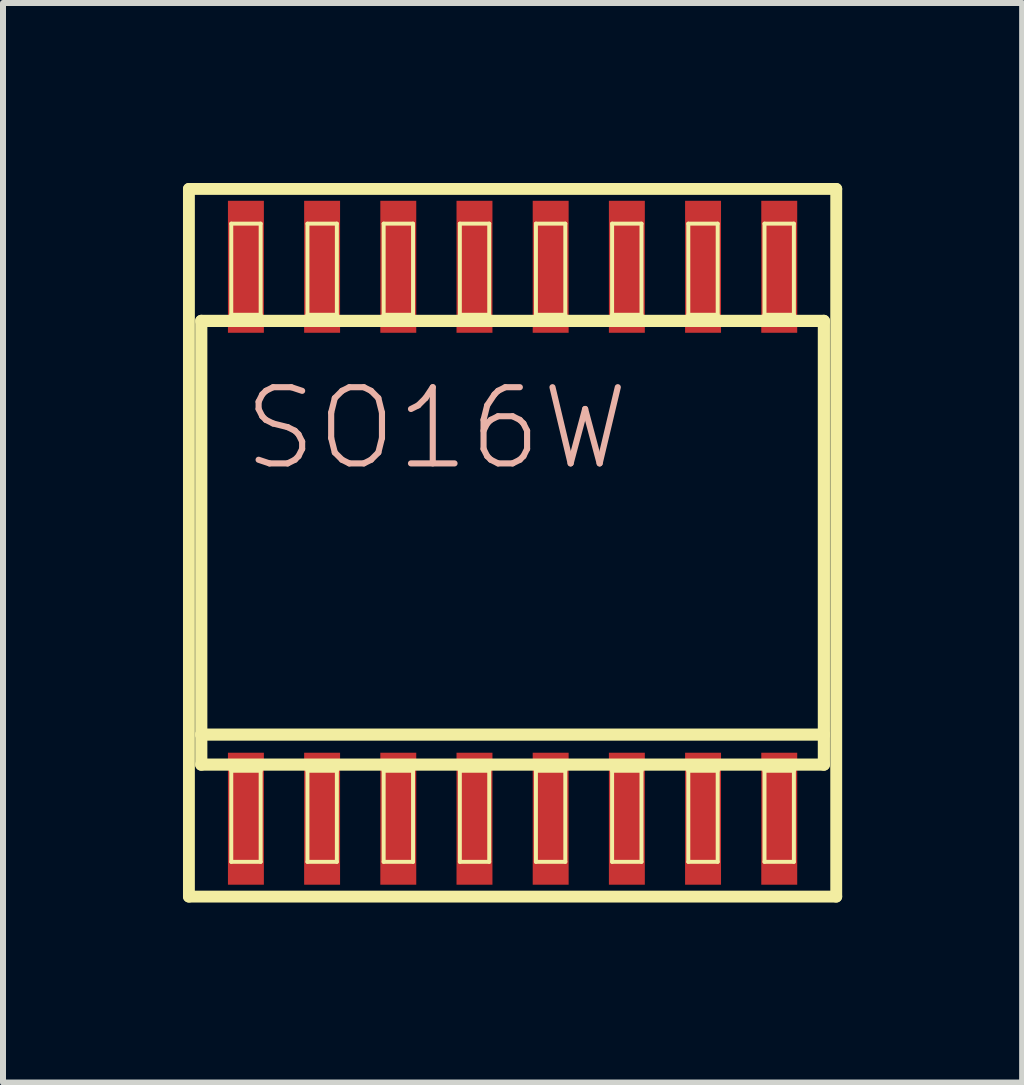
<source format=kicad_pcb>
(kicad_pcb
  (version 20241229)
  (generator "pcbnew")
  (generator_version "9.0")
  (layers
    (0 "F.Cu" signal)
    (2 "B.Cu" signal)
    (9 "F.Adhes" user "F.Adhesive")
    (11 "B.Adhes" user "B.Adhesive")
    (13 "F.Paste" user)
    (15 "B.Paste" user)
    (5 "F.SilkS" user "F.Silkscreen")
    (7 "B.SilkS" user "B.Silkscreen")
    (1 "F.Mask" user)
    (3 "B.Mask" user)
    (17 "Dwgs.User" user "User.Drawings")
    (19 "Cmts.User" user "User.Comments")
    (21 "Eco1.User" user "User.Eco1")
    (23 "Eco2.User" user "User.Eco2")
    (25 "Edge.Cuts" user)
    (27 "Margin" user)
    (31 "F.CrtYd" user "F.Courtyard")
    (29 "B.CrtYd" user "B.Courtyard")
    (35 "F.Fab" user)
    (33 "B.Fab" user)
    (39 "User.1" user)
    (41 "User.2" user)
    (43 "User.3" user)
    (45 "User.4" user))
  (footprint "SO16W"
    (layer "F.Cu")
    (at 5.494 5.997)
    (property "Reference" "SO16W" (at -1.27 -1.905 0) (layer "B.SilkS") (effects (font (size 1.27 1.27) (thickness 0.102))))
    (attr smd)
    (fp_line (start -5.395 -5.898) (end 5.395 -5.898) (stroke (width 0.198) (type solid)) (layer "F.SilkS"))
    (fp_line (start -5.395 5.898) (end -5.395 -5.898) (stroke (width 0.198) (type solid)) (layer "F.SilkS"))
    (fp_line (start -5.189 -3.698) (end 5.189 -3.698) (stroke (width 0.203) (type solid)) (layer "F.SilkS"))
    (fp_line (start -5.189 3.198) (end -5.189 -3.698) (stroke (width 0.203) (type solid)) (layer "F.SilkS"))
    (fp_line (start -5.189 3.698) (end -5.189 3.198) (stroke (width 0.203) (type solid)) (layer "F.SilkS"))
    (fp_line (start -4.689 -5.319) (end -4.199 -5.319) (stroke (width 0.066) (type solid)) (layer "F.SilkS"))
    (fp_line (start -4.689 -3.8) (end -4.689 -5.319) (stroke (width 0.066) (type solid)) (layer "F.SilkS"))
    (fp_line (start -4.689 -3.8) (end -4.199 -3.8) (stroke (width 0.066) (type solid)) (layer "F.SilkS"))
    (fp_line (start -4.689 3.8) (end -4.199 3.8) (stroke (width 0.066) (type solid)) (layer "F.SilkS"))
    (fp_line (start -4.689 5.319) (end -4.689 3.8) (stroke (width 0.066) (type solid)) (layer "F.SilkS"))
    (fp_line (start -4.689 5.319) (end -4.199 5.319) (stroke (width 0.066) (type solid)) (layer "F.SilkS"))
    (fp_line (start -4.199 -3.8) (end -4.199 -5.319) (stroke (width 0.066) (type solid)) (layer "F.SilkS"))
    (fp_line (start -4.199 5.319) (end -4.199 3.8) (stroke (width 0.066) (type solid)) (layer "F.SilkS"))
    (fp_line (start -3.419 -5.319) (end -2.929 -5.319) (stroke (width 0.066) (type solid)) (layer "F.SilkS"))
    (fp_line (start -3.419 -3.8) (end -3.419 -5.319) (stroke (width 0.066) (type solid)) (layer "F.SilkS"))
    (fp_line (start -3.419 -3.8) (end -2.929 -3.8) (stroke (width 0.066) (type solid)) (layer "F.SilkS"))
    (fp_line (start -3.419 3.8) (end -2.929 3.8) (stroke (width 0.066) (type solid)) (layer "F.SilkS"))
    (fp_line (start -3.419 5.319) (end -3.419 3.8) (stroke (width 0.066) (type solid)) (layer "F.SilkS"))
    (fp_line (start -3.419 5.319) (end -2.929 5.319) (stroke (width 0.066) (type solid)) (layer "F.SilkS"))
    (fp_line (start -2.929 -3.8) (end -2.929 -5.319) (stroke (width 0.066) (type solid)) (layer "F.SilkS"))
    (fp_line (start -2.929 5.319) (end -2.929 3.8) (stroke (width 0.066) (type solid)) (layer "F.SilkS"))
    (fp_line (start -2.149 -5.319) (end -1.659 -5.319) (stroke (width 0.066) (type solid)) (layer "F.SilkS"))
    (fp_line (start -2.149 -3.8) (end -2.149 -5.319) (stroke (width 0.066) (type solid)) (layer "F.SilkS"))
    (fp_line (start -2.149 -3.8) (end -1.659 -3.8) (stroke (width 0.066) (type solid)) (layer "F.SilkS"))
    (fp_line (start -2.149 3.8) (end -1.659 3.8) (stroke (width 0.066) (type solid)) (layer "F.SilkS"))
    (fp_line (start -2.149 5.319) (end -2.149 3.8) (stroke (width 0.066) (type solid)) (layer "F.SilkS"))
    (fp_line (start -2.149 5.319) (end -1.659 5.319) (stroke (width 0.066) (type solid)) (layer "F.SilkS"))
    (fp_line (start -1.659 -3.8) (end -1.659 -5.319) (stroke (width 0.066) (type solid)) (layer "F.SilkS"))
    (fp_line (start -1.659 5.319) (end -1.659 3.8) (stroke (width 0.066) (type solid)) (layer "F.SilkS"))
    (fp_line (start -0.879 -5.319) (end -0.389 -5.319) (stroke (width 0.066) (type solid)) (layer "F.SilkS"))
    (fp_line (start -0.879 -3.8) (end -0.879 -5.319) (stroke (width 0.066) (type solid)) (layer "F.SilkS"))
    (fp_line (start -0.879 -3.8) (end -0.389 -3.8) (stroke (width 0.066) (type solid)) (layer "F.SilkS"))
    (fp_line (start -0.879 3.8) (end -0.389 3.8) (stroke (width 0.066) (type solid)) (layer "F.SilkS"))
    (fp_line (start -0.879 5.319) (end -0.879 3.8) (stroke (width 0.066) (type solid)) (layer "F.SilkS"))
    (fp_line (start -0.879 5.319) (end -0.389 5.319) (stroke (width 0.066) (type solid)) (layer "F.SilkS"))
    (fp_line (start -0.389 -3.8) (end -0.389 -5.319) (stroke (width 0.066) (type solid)) (layer "F.SilkS"))
    (fp_line (start -0.389 5.319) (end -0.389 3.8) (stroke (width 0.066) (type solid)) (layer "F.SilkS"))
    (fp_line (start 0.389 -5.319) (end 0.879 -5.319) (stroke (width 0.066) (type solid)) (layer "F.SilkS"))
    (fp_line (start 0.389 -3.8) (end 0.389 -5.319) (stroke (width 0.066) (type solid)) (layer "F.SilkS"))
    (fp_line (start 0.389 -3.8) (end 0.879 -3.8) (stroke (width 0.066) (type solid)) (layer "F.SilkS"))
    (fp_line (start 0.389 3.8) (end 0.879 3.8) (stroke (width 0.066) (type solid)) (layer "F.SilkS"))
    (fp_line (start 0.389 5.319) (end 0.389 3.8) (stroke (width 0.066) (type solid)) (layer "F.SilkS"))
    (fp_line (start 0.389 5.319) (end 0.879 5.319) (stroke (width 0.066) (type solid)) (layer "F.SilkS"))
    (fp_line (start 0.879 -3.8) (end 0.879 -5.319) (stroke (width 0.066) (type solid)) (layer "F.SilkS"))
    (fp_line (start 0.879 5.319) (end 0.879 3.8) (stroke (width 0.066) (type solid)) (layer "F.SilkS"))
    (fp_line (start 1.659 -5.319) (end 2.149 -5.319) (stroke (width 0.066) (type solid)) (layer "F.SilkS"))
    (fp_line (start 1.659 -3.8) (end 1.659 -5.319) (stroke (width 0.066) (type solid)) (layer "F.SilkS"))
    (fp_line (start 1.659 -3.8) (end 2.149 -3.8) (stroke (width 0.066) (type solid)) (layer "F.SilkS"))
    (fp_line (start 1.659 3.8) (end 2.149 3.8) (stroke (width 0.066) (type solid)) (layer "F.SilkS"))
    (fp_line (start 1.659 5.319) (end 1.659 3.8) (stroke (width 0.066) (type solid)) (layer "F.SilkS"))
    (fp_line (start 1.659 5.319) (end 2.149 5.319) (stroke (width 0.066) (type solid)) (layer "F.SilkS"))
    (fp_line (start 2.149 -3.8) (end 2.149 -5.319) (stroke (width 0.066) (type solid)) (layer "F.SilkS"))
    (fp_line (start 2.149 5.319) (end 2.149 3.8) (stroke (width 0.066) (type solid)) (layer "F.SilkS"))
    (fp_line (start 2.929 -5.319) (end 3.419 -5.319) (stroke (width 0.066) (type solid)) (layer "F.SilkS"))
    (fp_line (start 2.929 -3.8) (end 2.929 -5.319) (stroke (width 0.066) (type solid)) (layer "F.SilkS"))
    (fp_line (start 2.929 -3.8) (end 3.419 -3.8) (stroke (width 0.066) (type solid)) (layer "F.SilkS"))
    (fp_line (start 2.929 3.8) (end 3.419 3.8) (stroke (width 0.066) (type solid)) (layer "F.SilkS"))
    (fp_line (start 2.929 5.319) (end 2.929 3.8) (stroke (width 0.066) (type solid)) (layer "F.SilkS"))
    (fp_line (start 2.929 5.319) (end 3.419 5.319) (stroke (width 0.066) (type solid)) (layer "F.SilkS"))
    (fp_line (start 3.419 -3.8) (end 3.419 -5.319) (stroke (width 0.066) (type solid)) (layer "F.SilkS"))
    (fp_line (start 3.419 5.319) (end 3.419 3.8) (stroke (width 0.066) (type solid)) (layer "F.SilkS"))
    (fp_line (start 4.199 -5.319) (end 4.689 -5.319) (stroke (width 0.066) (type solid)) (layer "F.SilkS"))
    (fp_line (start 4.199 -3.8) (end 4.199 -5.319) (stroke (width 0.066) (type solid)) (layer "F.SilkS"))
    (fp_line (start 4.199 -3.8) (end 4.689 -3.8) (stroke (width 0.066) (type solid)) (layer "F.SilkS"))
    (fp_line (start 4.199 3.8) (end 4.689 3.8) (stroke (width 0.066) (type solid)) (layer "F.SilkS"))
    (fp_line (start 4.199 5.319) (end 4.199 3.8) (stroke (width 0.066) (type solid)) (layer "F.SilkS"))
    (fp_line (start 4.199 5.319) (end 4.689 5.319) (stroke (width 0.066) (type solid)) (layer "F.SilkS"))
    (fp_line (start 4.689 -3.8) (end 4.689 -5.319) (stroke (width 0.066) (type solid)) (layer "F.SilkS"))
    (fp_line (start 4.689 5.319) (end 4.689 3.8) (stroke (width 0.066) (type solid)) (layer "F.SilkS"))
    (fp_line (start 5.189 -3.698) (end 5.189 3.198) (stroke (width 0.203) (type solid)) (layer "F.SilkS"))
    (fp_line (start 5.189 3.198) (end -5.189 3.198) (stroke (width 0.203) (type solid)) (layer "F.SilkS"))
    (fp_line (start 5.189 3.198) (end 5.189 3.698) (stroke (width 0.203) (type solid)) (layer "F.SilkS"))
    (fp_line (start 5.189 3.698) (end -5.189 3.698) (stroke (width 0.203) (type solid)) (layer "F.SilkS"))
    (fp_line (start 5.395 -5.898) (end 5.395 5.898) (stroke (width 0.198) (type solid)) (layer "F.SilkS"))
    (fp_line (start 5.395 5.898) (end -5.395 5.898) (stroke (width 0.198) (type solid)) (layer "F.SilkS"))
    (pad "1" smd rect (at -4.445 4.6) (size 0.599 2.2) (layers "F.Cu" "F.Mask" "F.Paste"))
    (pad "2" smd rect (at -3.175 4.6) (size 0.599 2.2) (layers "F.Cu" "F.Mask" "F.Paste"))
    (pad "3" smd rect (at -1.905 4.6) (size 0.599 2.2) (layers "F.Cu" "F.Mask" "F.Paste"))
    (pad "4" smd rect (at -0.635 4.6) (size 0.599 2.2) (layers "F.Cu" "F.Mask" "F.Paste"))
    (pad "5" smd rect (at 0.635 4.6) (size 0.599 2.2) (layers "F.Cu" "F.Mask" "F.Paste"))
    (pad "6" smd rect (at 1.905 4.6) (size 0.599 2.2) (layers "F.Cu" "F.Mask" "F.Paste"))
    (pad "7" smd rect (at 3.175 4.6) (size 0.599 2.2) (layers "F.Cu" "F.Mask" "F.Paste"))
    (pad "8" smd rect (at 4.445 4.6) (size 0.599 2.2) (layers "F.Cu" "F.Mask" "F.Paste"))
    (pad "9" smd rect (at 4.445 -4.6) (size 0.599 2.2) (layers "F.Cu" "F.Mask" "F.Paste"))
    (pad "10" smd rect (at 3.175 -4.6) (size 0.599 2.2) (layers "F.Cu" "F.Mask" "F.Paste"))
    (pad "11" smd rect (at 1.905 -4.6) (size 0.599 2.2) (layers "F.Cu" "F.Mask" "F.Paste"))
    (pad "12" smd rect (at 0.635 -4.6) (size 0.599 2.2) (layers "F.Cu" "F.Mask" "F.Paste"))
    (pad "13" smd rect (at -0.635 -4.6) (size 0.599 2.2) (layers "F.Cu" "F.Mask" "F.Paste"))
    (pad "14" smd rect (at -1.905 -4.6) (size 0.599 2.2) (layers "F.Cu" "F.Mask" "F.Paste"))
    (pad "15" smd rect (at -3.175 -4.6) (size 0.599 2.2) (layers "F.Cu" "F.Mask" "F.Paste"))
    (pad "16" smd rect (at -4.445 -4.6) (size 0.599 2.2) (layers "F.Cu" "F.Mask" "F.Paste")))
  (gr_rect
    (start -3 -3)
    (end 13.988 14.994)
    (stroke (width 0.1) (type default))
    (fill no)
    (layer "Edge.Cuts")))
</source>
